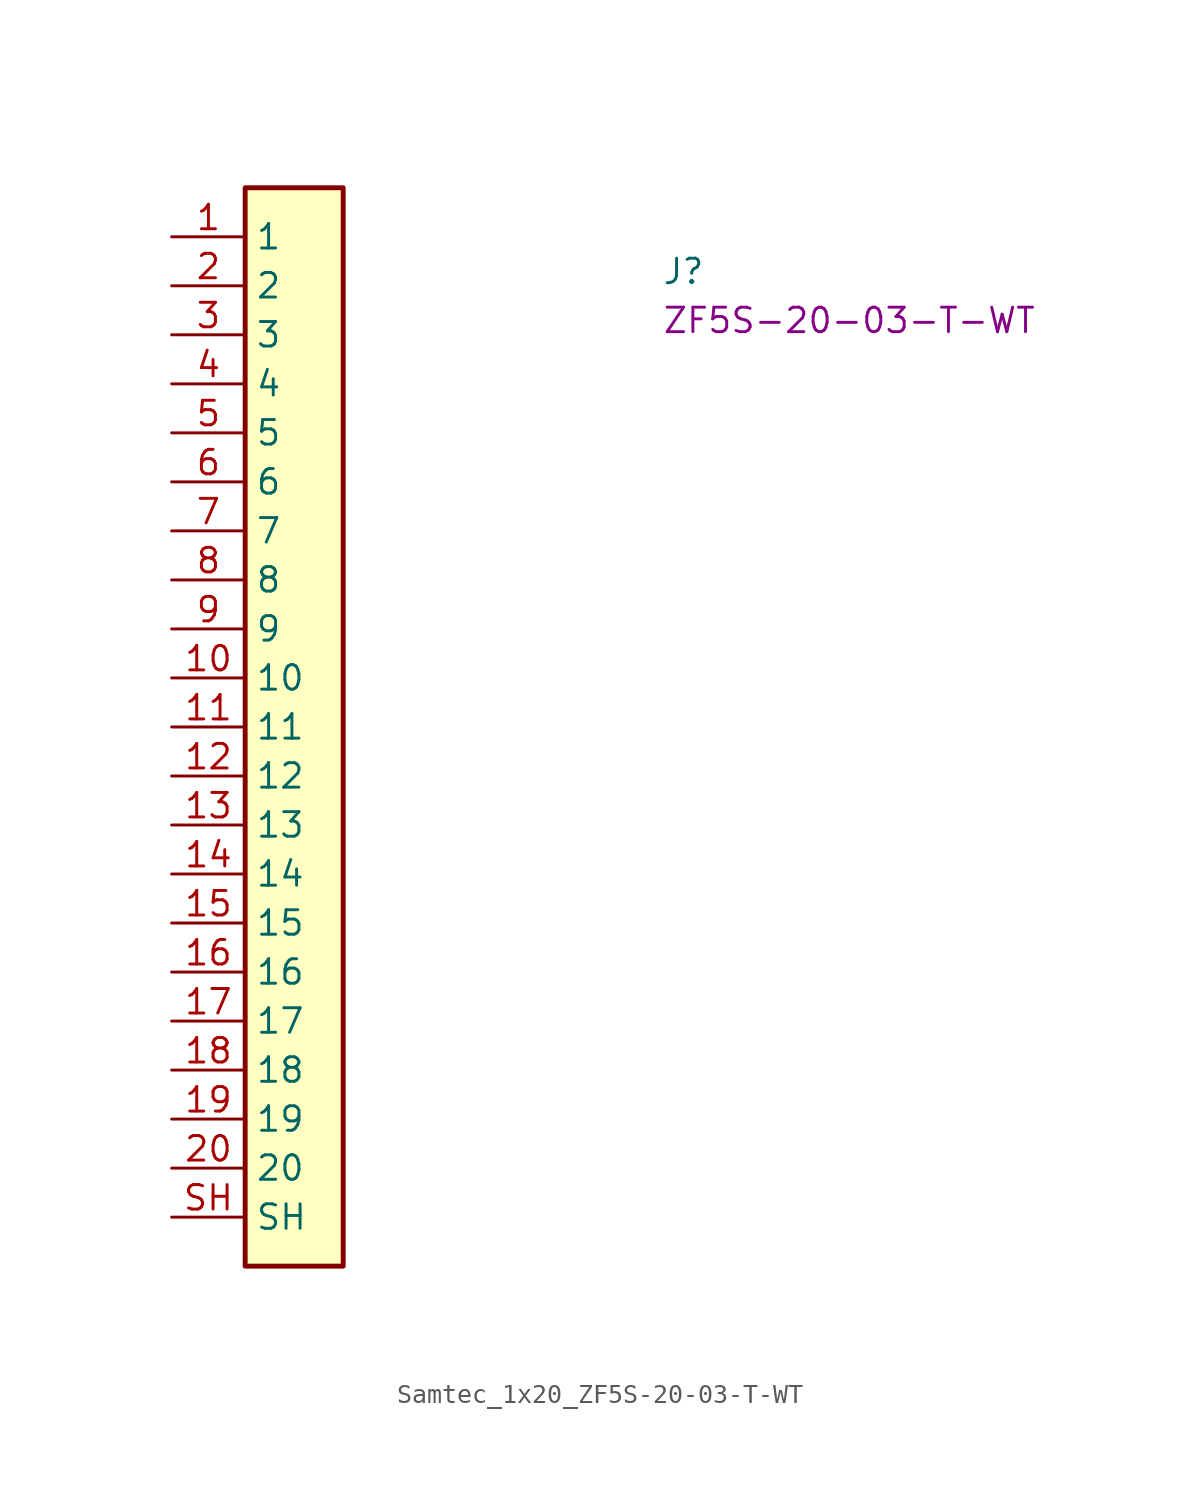
<source format=kicad_sym>
(kicad_symbol_lib
  (version 20220914)
  (generator kicad_symbol_editor)
  (symbol "Samtec_1x20_ZF5S-20-03-T-WT"
    (property "Reference" "J"
      (at 25.4 -2.54 0)
      (effects (font (size 1.27 1.27) (thickness 0.15)) (justify left bottom)))
    (property "MPN" "ZF5S-20-03-T-WT"
      (at 25.4 -5.08 0)
      (effects (font (size 1.27 1.27) (thickness 0.15)) (justify left bottom)))
    (symbol "Samtec_1x20_ZF5S-20-03-T-WT_1_1"
      (rectangle (start 3.81 2.54) (end 8.89 -53.34) (stroke (width 0.254) (type default)) (fill (type background)))
      (pin passive line (at 0 0 0) (length 3.81) (name "1" (effects (font (size 1.27 1.27)))) (number "1" (effects (font (size 1.27 1.27)))))
      (pin passive line (at 0 -22.86 0) (length 3.81) (name "10" (effects (font (size 1.27 1.27)))) (number "10" (effects (font (size 1.27 1.27)))))
      (pin passive line (at 0 -25.4 0) (length 3.81) (name "11" (effects (font (size 1.27 1.27)))) (number "11" (effects (font (size 1.27 1.27)))))
      (pin passive line (at 0 -27.94 0) (length 3.81) (name "12" (effects (font (size 1.27 1.27)))) (number "12" (effects (font (size 1.27 1.27)))))
      (pin passive line (at 0 -30.48 0) (length 3.81) (name "13" (effects (font (size 1.27 1.27)))) (number "13" (effects (font (size 1.27 1.27)))))
      (pin passive line (at 0 -33.02 0) (length 3.81) (name "14" (effects (font (size 1.27 1.27)))) (number "14" (effects (font (size 1.27 1.27)))))
      (pin passive line (at 0 -35.56 0) (length 3.81) (name "15" (effects (font (size 1.27 1.27)))) (number "15" (effects (font (size 1.27 1.27)))))
      (pin passive line (at 0 -38.1 0) (length 3.81) (name "16" (effects (font (size 1.27 1.27)))) (number "16" (effects (font (size 1.27 1.27)))))
      (pin passive line (at 0 -40.64 0) (length 3.81) (name "17" (effects (font (size 1.27 1.27)))) (number "17" (effects (font (size 1.27 1.27)))))
      (pin passive line (at 0 -43.18 0) (length 3.81) (name "18" (effects (font (size 1.27 1.27)))) (number "18" (effects (font (size 1.27 1.27)))))
      (pin passive line (at 0 -45.72 0) (length 3.81) (name "19" (effects (font (size 1.27 1.27)))) (number "19" (effects (font (size 1.27 1.27)))))
      (pin passive line (at 0 -2.54 0) (length 3.81) (name "2" (effects (font (size 1.27 1.27)))) (number "2" (effects (font (size 1.27 1.27)))))
      (pin passive line (at 0 -48.26 0) (length 3.81) (name "20" (effects (font (size 1.27 1.27)))) (number "20" (effects (font (size 1.27 1.27)))))
      (pin passive line (at 0 -5.08 0) (length 3.81) (name "3" (effects (font (size 1.27 1.27)))) (number "3" (effects (font (size 1.27 1.27)))))
      (pin passive line (at 0 -7.62 0) (length 3.81) (name "4" (effects (font (size 1.27 1.27)))) (number "4" (effects (font (size 1.27 1.27)))))
      (pin passive line (at 0 -10.16 0) (length 3.81) (name "5" (effects (font (size 1.27 1.27)))) (number "5" (effects (font (size 1.27 1.27)))))
      (pin passive line (at 0 -12.7 0) (length 3.81) (name "6" (effects (font (size 1.27 1.27)))) (number "6" (effects (font (size 1.27 1.27)))))
      (pin passive line (at 0 -15.24 0) (length 3.81) (name "7" (effects (font (size 1.27 1.27)))) (number "7" (effects (font (size 1.27 1.27)))))
      (pin passive line (at 0 -17.78 0) (length 3.81) (name "8" (effects (font (size 1.27 1.27)))) (number "8" (effects (font (size 1.27 1.27)))))
      (pin passive line (at 0 -20.32 0) (length 3.81) (name "9" (effects (font (size 1.27 1.27)))) (number "9" (effects (font (size 1.27 1.27)))))
      (pin passive line (at 0 -50.8 0) (length 3.81) (name "SH" (effects (font (size 1.27 1.27)))) (number "SH" (effects (font (size 1.27 1.27))))))))
</source>
